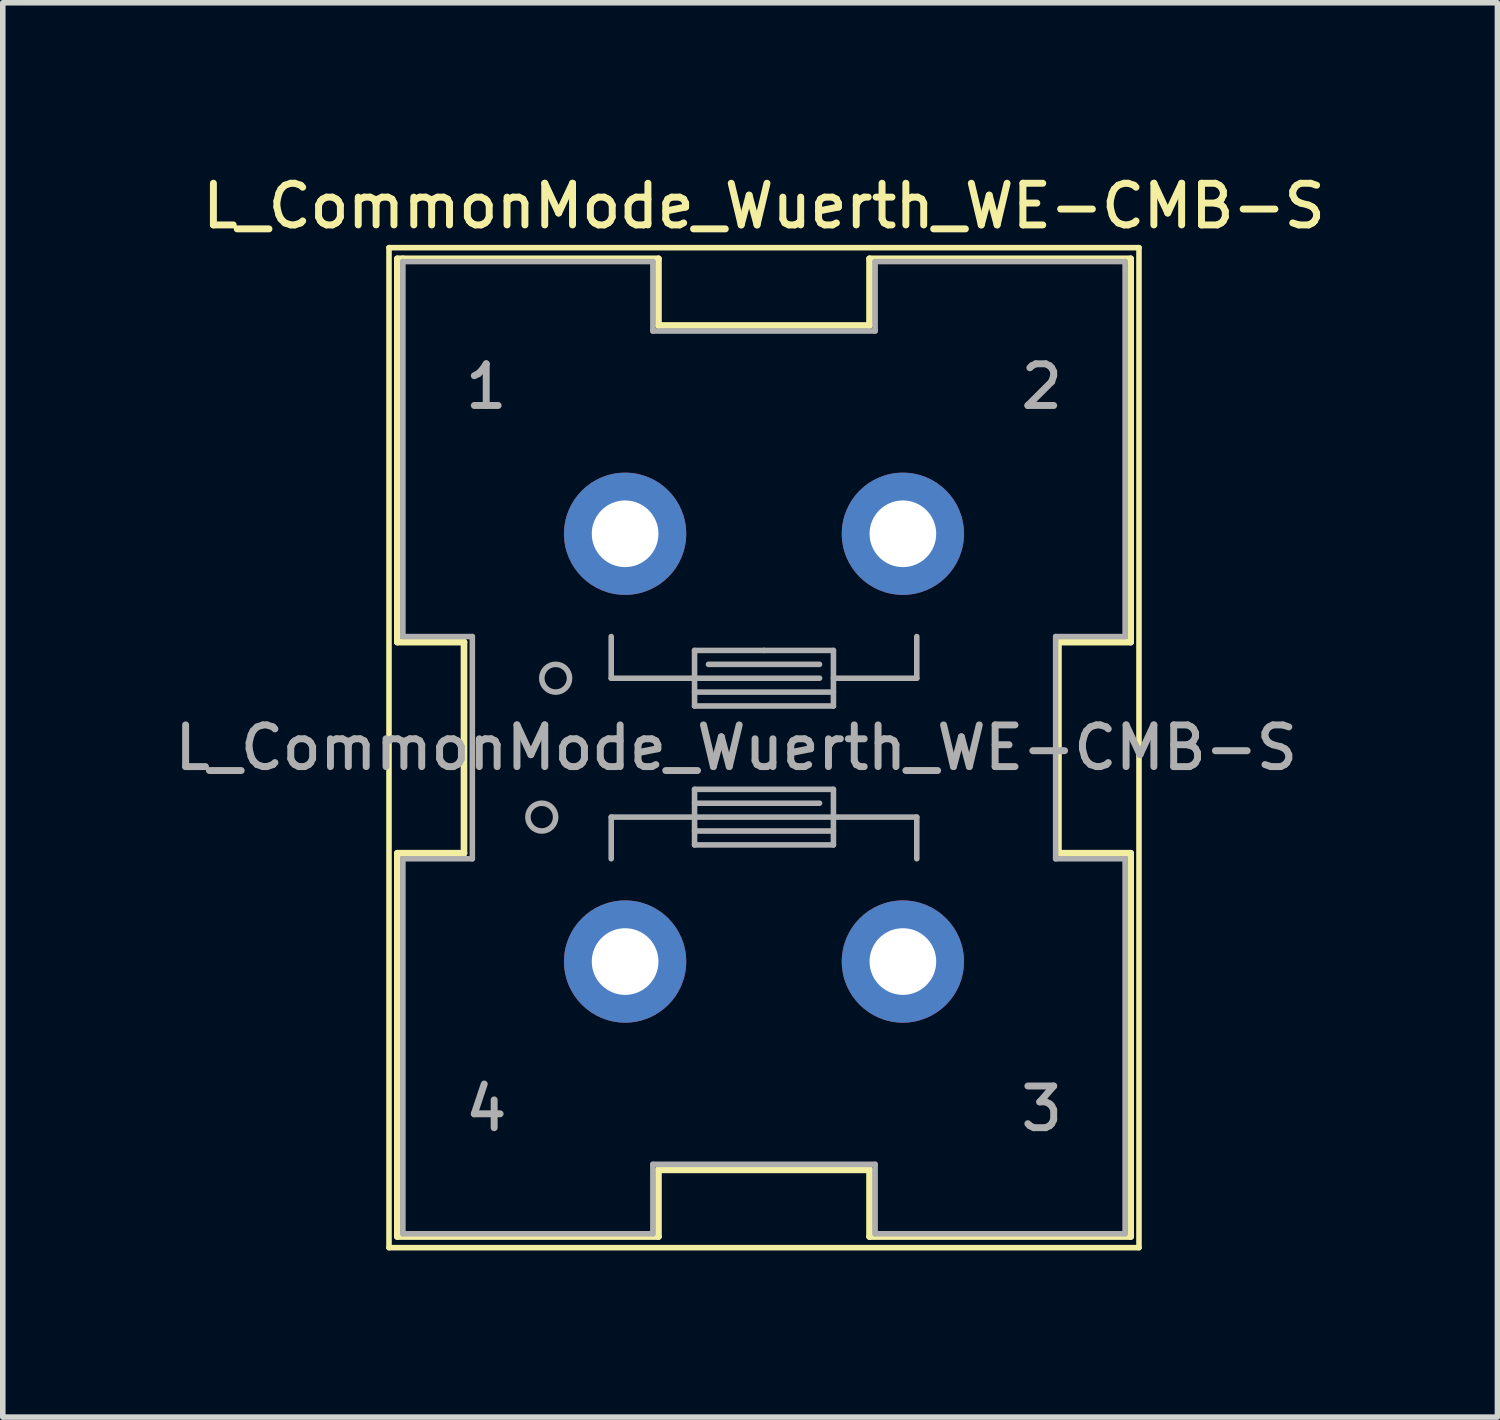
<source format=kicad_pcb>
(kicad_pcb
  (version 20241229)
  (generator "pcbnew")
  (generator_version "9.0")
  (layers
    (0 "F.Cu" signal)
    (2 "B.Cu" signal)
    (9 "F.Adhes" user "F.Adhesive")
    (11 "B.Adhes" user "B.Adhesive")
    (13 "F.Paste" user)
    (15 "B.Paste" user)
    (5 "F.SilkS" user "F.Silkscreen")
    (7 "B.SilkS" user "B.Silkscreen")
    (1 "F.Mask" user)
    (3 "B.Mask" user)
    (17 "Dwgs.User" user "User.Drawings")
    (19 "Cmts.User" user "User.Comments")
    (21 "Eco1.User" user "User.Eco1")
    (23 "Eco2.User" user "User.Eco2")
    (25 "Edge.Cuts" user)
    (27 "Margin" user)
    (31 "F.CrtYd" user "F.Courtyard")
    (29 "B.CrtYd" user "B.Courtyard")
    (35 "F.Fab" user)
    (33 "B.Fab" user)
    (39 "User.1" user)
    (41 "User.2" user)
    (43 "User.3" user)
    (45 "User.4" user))
  (footprint "L_CommonMode_Wuerth_WE-CMB-S"
    (layer "F.Cu")
    (at 8.202 6.558)
    (property "Reference" "L_CommonMode_Wuerth_WE-CMB-S" (at 2.5 -5.9 0) (layer "F.SilkS") (effects (font (size 0.75 0.75) (thickness 0.125))))
    (attr through_hole)
    (fp_line (start -4.25 -5.15) (end -4.25 12.85) (stroke (width 0.1) (type solid)) (layer "F.SilkS"))
    (fp_line (start -4.25 12.85) (end 9.25 12.85) (stroke (width 0.1) (type solid)) (layer "F.SilkS"))
    (fp_line (start -4.1 -4.95) (end -4 -4.95) (stroke (width 0.12) (type solid)) (layer "F.SilkS"))
    (fp_line (start -4.1 1.95) (end -4.1 -4.95) (stroke (width 0.12) (type solid)) (layer "F.SilkS"))
    (fp_line (start -4.1 5.75) (end -2.9 5.75) (stroke (width 0.12) (type solid)) (layer "F.SilkS"))
    (fp_line (start -4.1 12.65) (end -4.1 5.75) (stroke (width 0.12) (type solid)) (layer "F.SilkS"))
    (fp_line (start -4 -4.95) (end 0.6 -4.95) (stroke (width 0.12) (type solid)) (layer "F.SilkS"))
    (fp_line (start -2.9 1.95) (end -4.1 1.95) (stroke (width 0.12) (type solid)) (layer "F.SilkS"))
    (fp_line (start -2.9 5.75) (end -2.9 1.95) (stroke (width 0.12) (type solid)) (layer "F.SilkS"))
    (fp_line (start 0.6 -4.95) (end 0.6 -3.75) (stroke (width 0.12) (type solid)) (layer "F.SilkS"))
    (fp_line (start 0.6 -3.75) (end 4.4 -3.75) (stroke (width 0.12) (type solid)) (layer "F.SilkS"))
    (fp_line (start 0.6 11.45) (end 0.6 12.65) (stroke (width 0.12) (type solid)) (layer "F.SilkS"))
    (fp_line (start 0.6 12.65) (end -4.1 12.65) (stroke (width 0.12) (type solid)) (layer "F.SilkS"))
    (fp_line (start 4.4 -4.95) (end 9.1 -4.95) (stroke (width 0.12) (type solid)) (layer "F.SilkS"))
    (fp_line (start 4.4 -3.75) (end 4.4 -4.95) (stroke (width 0.12) (type solid)) (layer "F.SilkS"))
    (fp_line (start 4.4 11.45) (end 0.6 11.45) (stroke (width 0.12) (type solid)) (layer "F.SilkS"))
    (fp_line (start 4.4 12.65) (end 4.4 11.45) (stroke (width 0.12) (type solid)) (layer "F.SilkS"))
    (fp_line (start 7.8 1.95) (end 7.8 5.75) (stroke (width 0.12) (type solid)) (layer "F.SilkS"))
    (fp_line (start 7.8 5.75) (end 9.1 5.75) (stroke (width 0.12) (type solid)) (layer "F.SilkS"))
    (fp_line (start 9.1 -4.95) (end 9.1 1.95) (stroke (width 0.12) (type solid)) (layer "F.SilkS"))
    (fp_line (start 9.1 1.95) (end 7.8 1.95) (stroke (width 0.12) (type solid)) (layer "F.SilkS"))
    (fp_line (start 9.1 5.75) (end 9.1 12.65) (stroke (width 0.12) (type solid)) (layer "F.SilkS"))
    (fp_line (start 9.1 12.65) (end 4.4 12.65) (stroke (width 0.12) (type solid)) (layer "F.SilkS"))
    (fp_line (start 9.25 -5.15) (end -4.25 -5.15) (stroke (width 0.1) (type solid)) (layer "F.SilkS"))
    (fp_line (start 9.25 12.85) (end 9.25 -5.15) (stroke (width 0.1) (type solid)) (layer "F.SilkS"))
    (fp_line (start -4 -4.9) (end -4 1.85) (stroke (width 0.1) (type solid)) (layer "F.Fab"))
    (fp_line (start -4 1.85) (end -2.75 1.85) (stroke (width 0.1) (type solid)) (layer "F.Fab"))
    (fp_line (start -4 5.85) (end -4 12.6) (stroke (width 0.1) (type solid)) (layer "F.Fab"))
    (fp_line (start -4 12.6) (end 0.5 12.6) (stroke (width 0.1) (type solid)) (layer "F.Fab"))
    (fp_line (start -2.75 1.85) (end -2.75 5.85) (stroke (width 0.1) (type solid)) (layer "F.Fab"))
    (fp_line (start -2.75 5.85) (end -4 5.85) (stroke (width 0.1) (type solid)) (layer "F.Fab"))
    (fp_line (start -0.25 2.6) (end -0.25 1.85) (stroke (width 0.1) (type solid)) (layer "F.Fab"))
    (fp_line (start -0.25 5.1) (end -0.25 5.85) (stroke (width 0.1) (type solid)) (layer "F.Fab"))
    (fp_line (start 0.5 -4.9) (end -4 -4.9) (stroke (width 0.1) (type solid)) (layer "F.Fab"))
    (fp_line (start 0.5 -3.65) (end 0.5 -4.9) (stroke (width 0.1) (type solid)) (layer "F.Fab"))
    (fp_line (start 0.5 11.35) (end 4.5 11.35) (stroke (width 0.1) (type solid)) (layer "F.Fab"))
    (fp_line (start 0.5 12.6) (end 0.5 11.35) (stroke (width 0.1) (type solid)) (layer "F.Fab"))
    (fp_line (start 1.25 2.1) (end 2.5 2.1) (stroke (width 0.1) (type solid)) (layer "F.Fab"))
    (fp_line (start 1.25 2.6) (end -0.25 2.6) (stroke (width 0.1) (type solid)) (layer "F.Fab"))
    (fp_line (start 1.25 2.85) (end 3.75 2.85) (stroke (width 0.1) (type solid)) (layer "F.Fab"))
    (fp_line (start 1.25 3.1) (end 1.25 2.1) (stroke (width 0.1) (type solid)) (layer "F.Fab"))
    (fp_line (start 1.25 4.6) (end 3.75 4.6) (stroke (width 0.1) (type solid)) (layer "F.Fab"))
    (fp_line (start 1.25 4.85) (end 3.5 4.85) (stroke (width 0.1) (type solid)) (layer "F.Fab"))
    (fp_line (start 1.25 5.1) (end -0.25 5.1) (stroke (width 0.1) (type solid)) (layer "F.Fab"))
    (fp_line (start 1.25 5.6) (end 1.25 4.6) (stroke (width 0.1) (type solid)) (layer "F.Fab"))
    (fp_line (start 2.5 2.1) (end 3.75 2.1) (stroke (width 0.1) (type solid)) (layer "F.Fab"))
    (fp_line (start 3.5 2.35) (end 1.5 2.35) (stroke (width 0.1) (type solid)) (layer "F.Fab"))
    (fp_line (start 3.5 2.6) (end 1.25 2.6) (stroke (width 0.1) (type solid)) (layer "F.Fab"))
    (fp_line (start 3.75 2.1) (end 3.75 3.1) (stroke (width 0.1) (type solid)) (layer "F.Fab"))
    (fp_line (start 3.75 2.6) (end 5.25 2.6) (stroke (width 0.1) (type solid)) (layer "F.Fab"))
    (fp_line (start 3.75 3.1) (end 1.25 3.1) (stroke (width 0.1) (type solid)) (layer "F.Fab"))
    (fp_line (start 3.75 4.6) (end 3.75 5.6) (stroke (width 0.1) (type solid)) (layer "F.Fab"))
    (fp_line (start 3.75 5.1) (end 1.25 5.1) (stroke (width 0.1) (type solid)) (layer "F.Fab"))
    (fp_line (start 3.75 5.1) (end 5.25 5.1) (stroke (width 0.1) (type solid)) (layer "F.Fab"))
    (fp_line (start 3.75 5.35) (end 1.25 5.35) (stroke (width 0.1) (type solid)) (layer "F.Fab"))
    (fp_line (start 3.75 5.6) (end 1.25 5.6) (stroke (width 0.1) (type solid)) (layer "F.Fab"))
    (fp_line (start 4.5 -4.9) (end 4.5 -3.65) (stroke (width 0.1) (type solid)) (layer "F.Fab"))
    (fp_line (start 4.5 -3.65) (end 0.5 -3.65) (stroke (width 0.1) (type solid)) (layer "F.Fab"))
    (fp_line (start 4.5 11.35) (end 4.5 12.6) (stroke (width 0.1) (type solid)) (layer "F.Fab"))
    (fp_line (start 4.5 12.6) (end 9 12.6) (stroke (width 0.1) (type solid)) (layer "F.Fab"))
    (fp_line (start 5.25 2.6) (end 5.25 1.85) (stroke (width 0.1) (type solid)) (layer "F.Fab"))
    (fp_line (start 5.25 5.1) (end 5.25 5.85) (stroke (width 0.1) (type solid)) (layer "F.Fab"))
    (fp_line (start 7.75 1.85) (end 9 1.85) (stroke (width 0.1) (type solid)) (layer "F.Fab"))
    (fp_line (start 7.75 5.85) (end 7.75 1.85) (stroke (width 0.1) (type solid)) (layer "F.Fab"))
    (fp_line (start 9 -4.9) (end 4.5 -4.9) (stroke (width 0.1) (type solid)) (layer "F.Fab"))
    (fp_line (start 9 1.85) (end 9 -4.9) (stroke (width 0.1) (type solid)) (layer "F.Fab"))
    (fp_line (start 9 5.85) (end 7.75 5.85) (stroke (width 0.1) (type solid)) (layer "F.Fab"))
    (fp_line (start 9 12.6) (end 9 5.85) (stroke (width 0.1) (type solid)) (layer "F.Fab"))
    (fp_circle (center -1.5 5.1) (end -1.5 4.85) (stroke (width 0.1) (type solid)) (fill no) (layer "F.Fab"))
    (fp_circle (center -1.25 2.6) (end -1 2.6) (stroke (width 0.1) (type solid)) (fill no) (layer "F.Fab"))
    (fp_text user "4" (at -2.5 10.35 0) (layer "F.Fab") (effects (font (size 0.75 0.75) (thickness 0.125))))
    (fp_text user "3" (at 7.5 10.35 0) (layer "F.Fab") (effects (font (size 0.75 0.75) (thickness 0.125))))
    (fp_text user "2" (at 7.5 -2.65 0) (layer "F.Fab") (effects (font (size 0.75 0.75) (thickness 0.125))))
    (fp_text user "${REFERENCE}" (at 2 3.85 0) (layer "F.Fab") (effects (font (size 0.75 0.75) (thickness 0.125))))
    (fp_text user "1" (at -2.5 -2.65 0) (layer "F.Fab") (effects (font (size 0.75 0.75) (thickness 0.125))))
    (pad "1" thru_hole circle (at 0 0) (size 2.2 2.2) (drill 1.2) (layers "*.Cu" "*.Mask"))
    (pad "2" thru_hole circle (at 5 0) (size 2.2 2.2) (drill 1.2) (layers "*.Cu" "*.Mask"))
    (pad "3" thru_hole circle (at 5 7.7) (size 2.2 2.2) (drill 1.2) (layers "*.Cu" "*.Mask"))
    (pad "4" thru_hole circle (at 0 7.7) (size 2.2 2.2) (drill 1.2) (layers "*.Cu" "*.Mask")))
  (gr_rect
    (start -3 -3)
    (end 23.904 22.458)
    (stroke (width 0.1) (type default))
    (fill no)
    (layer "Edge.Cuts")))
</source>
